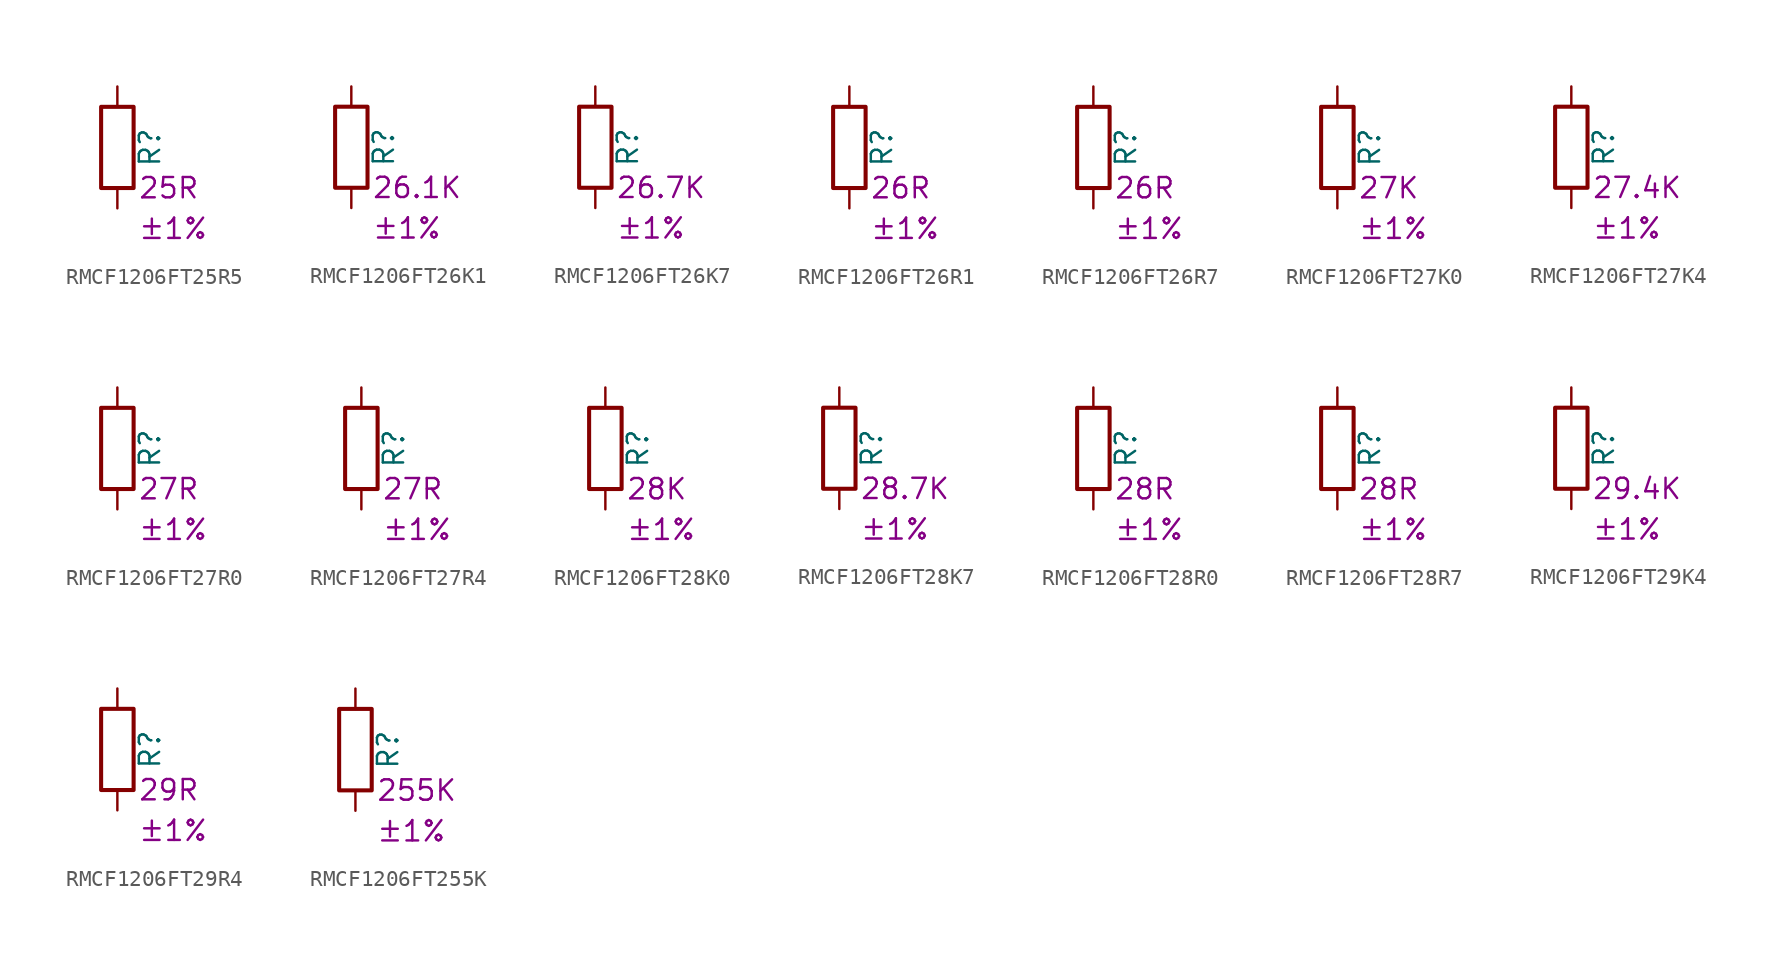
<source format=kicad_sym>
(kicad_symbol_lib
  (version 20220914)
  (generator kicad_symbol_editor)
  (symbol "RMCF1206FT25R5"
    (pin_numbers hide)
    (pin_names
      (offset 0))
    (property "Reference" "R"
      (at 2.032 0 90)
      (effects (font (size 1.27 1.27))))
    (property "Resistance" "25R"
      (at 1.27 -2.54 0)
      (effects (font (size 1.27 1.27)) (justify left)))
    (property "Tolerance" "±1%"
      (at 1.27 -5.08 0)
      (effects (font (size 1.27 1.27)) (justify left)))
    (symbol "RMCF1206FT25R5_0_1"
      (rectangle (start -1.016 -2.54) (end 1.016 2.54) (stroke (width 0.254) (type default)) (fill (type none))))
    (symbol "RMCF1206FT25R5_1_1"
      (pin passive line (at 0 3.81 270) (length 1.27) (name "~" (effects (font (size 1.27 1.27)))) (number "1" (effects (font (size 1.27 1.27)))))
      (pin passive line (at 0 -3.81 90) (length 1.27) (name "~" (effects (font (size 1.27 1.27)))) (number "2" (effects (font (size 1.27 1.27)))))))
  (symbol "RMCF1206FT26K1"
    (pin_numbers hide)
    (pin_names
      (offset 0))
    (property "Reference" "R"
      (at 2.032 0 90)
      (effects (font (size 1.27 1.27))))
    (property "Resistance" "26.1K"
      (at 1.27 -2.54 0)
      (effects (font (size 1.27 1.27)) (justify left)))
    (property "Tolerance" "±1%"
      (at 1.27 -5.08 0)
      (effects (font (size 1.27 1.27)) (justify left)))
    (symbol "RMCF1206FT26K1_0_1"
      (rectangle (start -1.016 -2.54) (end 1.016 2.54) (stroke (width 0.254) (type default)) (fill (type none))))
    (symbol "RMCF1206FT26K1_1_1"
      (pin passive line (at 0 3.81 270) (length 1.27) (name "~" (effects (font (size 1.27 1.27)))) (number "1" (effects (font (size 1.27 1.27)))))
      (pin passive line (at 0 -3.81 90) (length 1.27) (name "~" (effects (font (size 1.27 1.27)))) (number "2" (effects (font (size 1.27 1.27)))))))
  (symbol "RMCF1206FT26K7"
    (pin_numbers hide)
    (pin_names
      (offset 0))
    (property "Reference" "R"
      (at 2.032 0 90)
      (effects (font (size 1.27 1.27))))
    (property "Resistance" "26.7K"
      (at 1.27 -2.54 0)
      (effects (font (size 1.27 1.27)) (justify left)))
    (property "Tolerance" "±1%"
      (at 1.27 -5.08 0)
      (effects (font (size 1.27 1.27)) (justify left)))
    (symbol "RMCF1206FT26K7_0_1"
      (rectangle (start -1.016 -2.54) (end 1.016 2.54) (stroke (width 0.254) (type default)) (fill (type none))))
    (symbol "RMCF1206FT26K7_1_1"
      (pin passive line (at 0 3.81 270) (length 1.27) (name "~" (effects (font (size 1.27 1.27)))) (number "1" (effects (font (size 1.27 1.27)))))
      (pin passive line (at 0 -3.81 90) (length 1.27) (name "~" (effects (font (size 1.27 1.27)))) (number "2" (effects (font (size 1.27 1.27)))))))
  (symbol "RMCF1206FT26R1"
    (pin_numbers hide)
    (pin_names
      (offset 0))
    (property "Reference" "R"
      (at 2.032 0 90)
      (effects (font (size 1.27 1.27))))
    (property "Resistance" "26R"
      (at 1.27 -2.54 0)
      (effects (font (size 1.27 1.27)) (justify left)))
    (property "Tolerance" "±1%"
      (at 1.27 -5.08 0)
      (effects (font (size 1.27 1.27)) (justify left)))
    (symbol "RMCF1206FT26R1_0_1"
      (rectangle (start -1.016 -2.54) (end 1.016 2.54) (stroke (width 0.254) (type default)) (fill (type none))))
    (symbol "RMCF1206FT26R1_1_1"
      (pin passive line (at 0 3.81 270) (length 1.27) (name "~" (effects (font (size 1.27 1.27)))) (number "1" (effects (font (size 1.27 1.27)))))
      (pin passive line (at 0 -3.81 90) (length 1.27) (name "~" (effects (font (size 1.27 1.27)))) (number "2" (effects (font (size 1.27 1.27)))))))
  (symbol "RMCF1206FT26R7"
    (pin_numbers hide)
    (pin_names
      (offset 0))
    (property "Reference" "R"
      (at 2.032 0 90)
      (effects (font (size 1.27 1.27))))
    (property "Resistance" "26R"
      (at 1.27 -2.54 0)
      (effects (font (size 1.27 1.27)) (justify left)))
    (property "Tolerance" "±1%"
      (at 1.27 -5.08 0)
      (effects (font (size 1.27 1.27)) (justify left)))
    (symbol "RMCF1206FT26R7_0_1"
      (rectangle (start -1.016 -2.54) (end 1.016 2.54) (stroke (width 0.254) (type default)) (fill (type none))))
    (symbol "RMCF1206FT26R7_1_1"
      (pin passive line (at 0 3.81 270) (length 1.27) (name "~" (effects (font (size 1.27 1.27)))) (number "1" (effects (font (size 1.27 1.27)))))
      (pin passive line (at 0 -3.81 90) (length 1.27) (name "~" (effects (font (size 1.27 1.27)))) (number "2" (effects (font (size 1.27 1.27)))))))
  (symbol "RMCF1206FT27K0"
    (pin_numbers hide)
    (pin_names
      (offset 0))
    (property "Reference" "R"
      (at 2.032 0 90)
      (effects (font (size 1.27 1.27))))
    (property "Resistance" "27K"
      (at 1.27 -2.54 0)
      (effects (font (size 1.27 1.27)) (justify left)))
    (property "Tolerance" "±1%"
      (at 1.27 -5.08 0)
      (effects (font (size 1.27 1.27)) (justify left)))
    (symbol "RMCF1206FT27K0_0_1"
      (rectangle (start -1.016 -2.54) (end 1.016 2.54) (stroke (width 0.254) (type default)) (fill (type none))))
    (symbol "RMCF1206FT27K0_1_1"
      (pin passive line (at 0 3.81 270) (length 1.27) (name "~" (effects (font (size 1.27 1.27)))) (number "1" (effects (font (size 1.27 1.27)))))
      (pin passive line (at 0 -3.81 90) (length 1.27) (name "~" (effects (font (size 1.27 1.27)))) (number "2" (effects (font (size 1.27 1.27)))))))
  (symbol "RMCF1206FT27K4"
    (pin_numbers hide)
    (pin_names
      (offset 0))
    (property "Reference" "R"
      (at 2.032 0 90)
      (effects (font (size 1.27 1.27))))
    (property "Resistance" "27.4K"
      (at 1.27 -2.54 0)
      (effects (font (size 1.27 1.27)) (justify left)))
    (property "Tolerance" "±1%"
      (at 1.27 -5.08 0)
      (effects (font (size 1.27 1.27)) (justify left)))
    (symbol "RMCF1206FT27K4_0_1"
      (rectangle (start -1.016 -2.54) (end 1.016 2.54) (stroke (width 0.254) (type default)) (fill (type none))))
    (symbol "RMCF1206FT27K4_1_1"
      (pin passive line (at 0 3.81 270) (length 1.27) (name "~" (effects (font (size 1.27 1.27)))) (number "1" (effects (font (size 1.27 1.27)))))
      (pin passive line (at 0 -3.81 90) (length 1.27) (name "~" (effects (font (size 1.27 1.27)))) (number "2" (effects (font (size 1.27 1.27)))))))
  (symbol "RMCF1206FT27R0"
    (pin_numbers hide)
    (pin_names
      (offset 0))
    (property "Reference" "R"
      (at 2.032 0 90)
      (effects (font (size 1.27 1.27))))
    (property "Resistance" "27R"
      (at 1.27 -2.54 0)
      (effects (font (size 1.27 1.27)) (justify left)))
    (property "Tolerance" "±1%"
      (at 1.27 -5.08 0)
      (effects (font (size 1.27 1.27)) (justify left)))
    (symbol "RMCF1206FT27R0_0_1"
      (rectangle (start -1.016 -2.54) (end 1.016 2.54) (stroke (width 0.254) (type default)) (fill (type none))))
    (symbol "RMCF1206FT27R0_1_1"
      (pin passive line (at 0 3.81 270) (length 1.27) (name "~" (effects (font (size 1.27 1.27)))) (number "1" (effects (font (size 1.27 1.27)))))
      (pin passive line (at 0 -3.81 90) (length 1.27) (name "~" (effects (font (size 1.27 1.27)))) (number "2" (effects (font (size 1.27 1.27)))))))
  (symbol "RMCF1206FT27R4"
    (pin_numbers hide)
    (pin_names
      (offset 0))
    (property "Reference" "R"
      (at 2.032 0 90)
      (effects (font (size 1.27 1.27))))
    (property "Resistance" "27R"
      (at 1.27 -2.54 0)
      (effects (font (size 1.27 1.27)) (justify left)))
    (property "Tolerance" "±1%"
      (at 1.27 -5.08 0)
      (effects (font (size 1.27 1.27)) (justify left)))
    (symbol "RMCF1206FT27R4_0_1"
      (rectangle (start -1.016 -2.54) (end 1.016 2.54) (stroke (width 0.254) (type default)) (fill (type none))))
    (symbol "RMCF1206FT27R4_1_1"
      (pin passive line (at 0 3.81 270) (length 1.27) (name "~" (effects (font (size 1.27 1.27)))) (number "1" (effects (font (size 1.27 1.27)))))
      (pin passive line (at 0 -3.81 90) (length 1.27) (name "~" (effects (font (size 1.27 1.27)))) (number "2" (effects (font (size 1.27 1.27)))))))
  (symbol "RMCF1206FT28K0"
    (pin_numbers hide)
    (pin_names
      (offset 0))
    (property "Reference" "R"
      (at 2.032 0 90)
      (effects (font (size 1.27 1.27))))
    (property "Resistance" "28K"
      (at 1.27 -2.54 0)
      (effects (font (size 1.27 1.27)) (justify left)))
    (property "Tolerance" "±1%"
      (at 1.27 -5.08 0)
      (effects (font (size 1.27 1.27)) (justify left)))
    (symbol "RMCF1206FT28K0_0_1"
      (rectangle (start -1.016 -2.54) (end 1.016 2.54) (stroke (width 0.254) (type default)) (fill (type none))))
    (symbol "RMCF1206FT28K0_1_1"
      (pin passive line (at 0 3.81 270) (length 1.27) (name "~" (effects (font (size 1.27 1.27)))) (number "1" (effects (font (size 1.27 1.27)))))
      (pin passive line (at 0 -3.81 90) (length 1.27) (name "~" (effects (font (size 1.27 1.27)))) (number "2" (effects (font (size 1.27 1.27)))))))
  (symbol "RMCF1206FT28K7"
    (pin_numbers hide)
    (pin_names
      (offset 0))
    (property "Reference" "R"
      (at 2.032 0 90)
      (effects (font (size 1.27 1.27))))
    (property "Resistance" "28.7K"
      (at 1.27 -2.54 0)
      (effects (font (size 1.27 1.27)) (justify left)))
    (property "Tolerance" "±1%"
      (at 1.27 -5.08 0)
      (effects (font (size 1.27 1.27)) (justify left)))
    (symbol "RMCF1206FT28K7_0_1"
      (rectangle (start -1.016 -2.54) (end 1.016 2.54) (stroke (width 0.254) (type default)) (fill (type none))))
    (symbol "RMCF1206FT28K7_1_1"
      (pin passive line (at 0 3.81 270) (length 1.27) (name "~" (effects (font (size 1.27 1.27)))) (number "1" (effects (font (size 1.27 1.27)))))
      (pin passive line (at 0 -3.81 90) (length 1.27) (name "~" (effects (font (size 1.27 1.27)))) (number "2" (effects (font (size 1.27 1.27)))))))
  (symbol "RMCF1206FT28R0"
    (pin_numbers hide)
    (pin_names
      (offset 0))
    (property "Reference" "R"
      (at 2.032 0 90)
      (effects (font (size 1.27 1.27))))
    (property "Resistance" "28R"
      (at 1.27 -2.54 0)
      (effects (font (size 1.27 1.27)) (justify left)))
    (property "Tolerance" "±1%"
      (at 1.27 -5.08 0)
      (effects (font (size 1.27 1.27)) (justify left)))
    (symbol "RMCF1206FT28R0_0_1"
      (rectangle (start -1.016 -2.54) (end 1.016 2.54) (stroke (width 0.254) (type default)) (fill (type none))))
    (symbol "RMCF1206FT28R0_1_1"
      (pin passive line (at 0 3.81 270) (length 1.27) (name "~" (effects (font (size 1.27 1.27)))) (number "1" (effects (font (size 1.27 1.27)))))
      (pin passive line (at 0 -3.81 90) (length 1.27) (name "~" (effects (font (size 1.27 1.27)))) (number "2" (effects (font (size 1.27 1.27)))))))
  (symbol "RMCF1206FT28R7"
    (pin_numbers hide)
    (pin_names
      (offset 0))
    (property "Reference" "R"
      (at 2.032 0 90)
      (effects (font (size 1.27 1.27))))
    (property "Resistance" "28R"
      (at 1.27 -2.54 0)
      (effects (font (size 1.27 1.27)) (justify left)))
    (property "Tolerance" "±1%"
      (at 1.27 -5.08 0)
      (effects (font (size 1.27 1.27)) (justify left)))
    (symbol "RMCF1206FT28R7_0_1"
      (rectangle (start -1.016 -2.54) (end 1.016 2.54) (stroke (width 0.254) (type default)) (fill (type none))))
    (symbol "RMCF1206FT28R7_1_1"
      (pin passive line (at 0 3.81 270) (length 1.27) (name "~" (effects (font (size 1.27 1.27)))) (number "1" (effects (font (size 1.27 1.27)))))
      (pin passive line (at 0 -3.81 90) (length 1.27) (name "~" (effects (font (size 1.27 1.27)))) (number "2" (effects (font (size 1.27 1.27)))))))
  (symbol "RMCF1206FT29K4"
    (pin_numbers hide)
    (pin_names
      (offset 0))
    (property "Reference" "R"
      (at 2.032 0 90)
      (effects (font (size 1.27 1.27))))
    (property "Resistance" "29.4K"
      (at 1.27 -2.54 0)
      (effects (font (size 1.27 1.27)) (justify left)))
    (property "Tolerance" "±1%"
      (at 1.27 -5.08 0)
      (effects (font (size 1.27 1.27)) (justify left)))
    (symbol "RMCF1206FT29K4_0_1"
      (rectangle (start -1.016 -2.54) (end 1.016 2.54) (stroke (width 0.254) (type default)) (fill (type none))))
    (symbol "RMCF1206FT29K4_1_1"
      (pin passive line (at 0 3.81 270) (length 1.27) (name "~" (effects (font (size 1.27 1.27)))) (number "1" (effects (font (size 1.27 1.27)))))
      (pin passive line (at 0 -3.81 90) (length 1.27) (name "~" (effects (font (size 1.27 1.27)))) (number "2" (effects (font (size 1.27 1.27)))))))
  (symbol "RMCF1206FT29R4"
    (pin_numbers hide)
    (pin_names
      (offset 0))
    (property "Reference" "R"
      (at 2.032 0 90)
      (effects (font (size 1.27 1.27))))
    (property "Resistance" "29R"
      (at 1.27 -2.54 0)
      (effects (font (size 1.27 1.27)) (justify left)))
    (property "Tolerance" "±1%"
      (at 1.27 -5.08 0)
      (effects (font (size 1.27 1.27)) (justify left)))
    (symbol "RMCF1206FT29R4_0_1"
      (rectangle (start -1.016 -2.54) (end 1.016 2.54) (stroke (width 0.254) (type default)) (fill (type none))))
    (symbol "RMCF1206FT29R4_1_1"
      (pin passive line (at 0 3.81 270) (length 1.27) (name "~" (effects (font (size 1.27 1.27)))) (number "1" (effects (font (size 1.27 1.27)))))
      (pin passive line (at 0 -3.81 90) (length 1.27) (name "~" (effects (font (size 1.27 1.27)))) (number "2" (effects (font (size 1.27 1.27)))))))
  (symbol "RMCF1206FT255K"
    (pin_numbers hide)
    (pin_names
      (offset 0))
    (property "Reference" "R"
      (at 2.032 0 90)
      (effects (font (size 1.27 1.27))))
    (property "Resistance" "255K"
      (at 1.27 -2.54 0)
      (effects (font (size 1.27 1.27)) (justify left)))
    (property "Tolerance" "±1%"
      (at 1.27 -5.08 0)
      (effects (font (size 1.27 1.27)) (justify left)))
    (symbol "RMCF1206FT255K_0_1"
      (rectangle (start -1.016 -2.54) (end 1.016 2.54) (stroke (width 0.254) (type default)) (fill (type none))))
    (symbol "RMCF1206FT255K_1_1"
      (pin passive line (at 0 3.81 270) (length 1.27) (name "~" (effects (font (size 1.27 1.27)))) (number "1" (effects (font (size 1.27 1.27)))))
      (pin passive line (at 0 -3.81 90) (length 1.27) (name "~" (effects (font (size 1.27 1.27)))) (number "2" (effects (font (size 1.27 1.27))))))))
</source>
